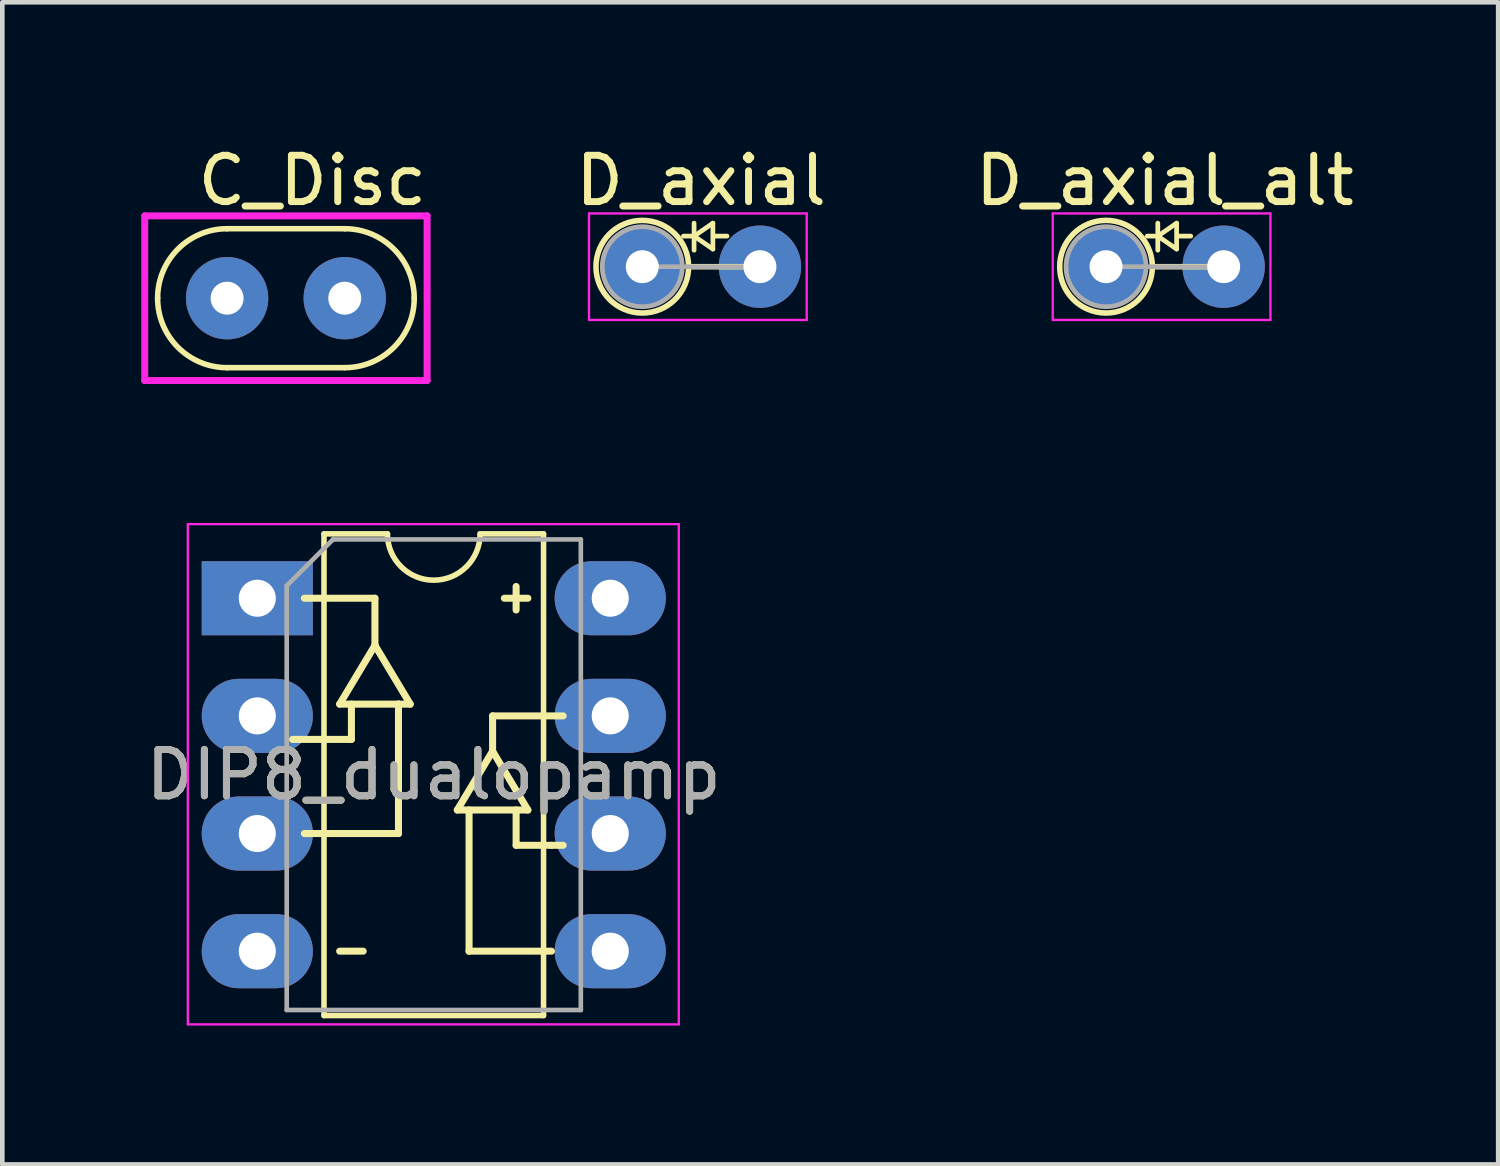
<source format=kicad_pcb>
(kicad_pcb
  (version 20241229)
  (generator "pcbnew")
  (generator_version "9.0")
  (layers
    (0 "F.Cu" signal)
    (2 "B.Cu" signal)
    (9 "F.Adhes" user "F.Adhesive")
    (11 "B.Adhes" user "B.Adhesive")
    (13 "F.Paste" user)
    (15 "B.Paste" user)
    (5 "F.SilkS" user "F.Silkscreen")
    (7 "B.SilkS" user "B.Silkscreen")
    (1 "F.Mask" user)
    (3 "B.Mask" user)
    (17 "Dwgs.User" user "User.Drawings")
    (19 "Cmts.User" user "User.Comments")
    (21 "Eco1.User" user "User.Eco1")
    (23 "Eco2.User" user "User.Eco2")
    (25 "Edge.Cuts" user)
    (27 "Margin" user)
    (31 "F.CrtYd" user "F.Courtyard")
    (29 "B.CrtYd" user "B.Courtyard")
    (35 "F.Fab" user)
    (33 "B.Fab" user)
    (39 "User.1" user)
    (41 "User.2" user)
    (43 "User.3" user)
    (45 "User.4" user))
  (footprint "D_axial_alt"
    (layer "F.Cu")
    (at 20.829 2.708)
    (property "Reference" "D_axial_alt" (at 1.27 -1.86 0) (layer "F.SilkS") (effects (font (size 1 1) (thickness 0.15))))
    (attr through_hole)
    (fp_line (start 0.889 -0.66) (end 1.118 -0.66) (stroke (width 0.102) (type solid)) (layer "F.SilkS"))
    (fp_line (start 1 0) (end 2.54 0) (stroke (width 0.12) (type solid)) (layer "F.SilkS"))
    (fp_line (start 1.118 -0.66) (end 1.524 -0.94) (stroke (width 0.102) (type solid)) (layer "F.SilkS"))
    (fp_line (start 1.118 -0.356) (end 1.118 -0.94) (stroke (width 0.102) (type solid)) (layer "F.SilkS"))
    (fp_line (start 1.524 -0.94) (end 1.524 -0.381) (stroke (width 0.102) (type solid)) (layer "F.SilkS"))
    (fp_line (start 1.524 -0.381) (end 1.118 -0.66) (stroke (width 0.102) (type solid)) (layer "F.SilkS"))
    (fp_line (start 1.549 -0.66) (end 1.829 -0.66) (stroke (width 0.102) (type solid)) (layer "F.SilkS"))
    (fp_circle (center 0 0) (end 1 0) (stroke (width 0.12) (type solid)) (fill no) (layer "F.SilkS"))
    (fp_line (start -1.15 -1.15) (end -1.15 1.15) (stroke (width 0.05) (type solid)) (layer "F.CrtYd"))
    (fp_line (start -1.15 1.15) (end 3.55 1.15) (stroke (width 0.05) (type solid)) (layer "F.CrtYd"))
    (fp_line (start 3.55 -1.15) (end -1.15 -1.15) (stroke (width 0.05) (type solid)) (layer "F.CrtYd"))
    (fp_line (start 3.55 1.15) (end 3.55 -1.15) (stroke (width 0.05) (type solid)) (layer "F.CrtYd"))
    (fp_line (start 0 0) (end 2.54 0) (stroke (width 0.1) (type solid)) (layer "F.Fab"))
    (fp_circle (center 0 0) (end 0.864 0) (stroke (width 0.102) (type solid)) (fill no) (layer "F.Fab"))
    (pad "1" thru_hole circle (at 2.54 0) (size 1.778 1.778) (drill 0.711) (layers "*.Cu" "*.Mask"))
    (pad "2" thru_hole circle (at 0 0) (size 1.778 1.778) (drill 0.711) (layers "*.Cu" "*.Mask")))
  (footprint "DIP8_dualopamp"
    (layer "F.Cu")
    (at 6.315 13.676)
    (property "Reference" "DIP8_dualopamp" (at 0 0 0) (layer "F.SilkS") (effects (font (size 1 1) (thickness 0.15))))
    (attr through_hole)
    (fp_line (start -2.794 1.27) (end -0.762 1.27) (stroke (width 0.152) (type solid)) (layer "F.SilkS"))
    (fp_line (start -2.37 -5.2) (end -2.37 5.2) (stroke (width 0.12) (type solid)) (layer "F.SilkS"))
    (fp_line (start -2.37 5.2) (end 2.37 5.2) (stroke (width 0.12) (type solid)) (layer "F.SilkS"))
    (fp_line (start -2.032 -1.524) (end -1.27 -2.794) (stroke (width 0.152) (type solid)) (layer "F.SilkS"))
    (fp_line (start -2.032 -1.524) (end -0.762 -1.524) (stroke (width 0.152) (type solid)) (layer "F.SilkS"))
    (fp_line (start -2.032 3.81) (end -1.524 3.81) (stroke (width 0.152) (type solid)) (layer "F.SilkS"))
    (fp_line (start -1.778 -1.524) (end -1.778 -0.762) (stroke (width 0.152) (type solid)) (layer "F.SilkS"))
    (fp_line (start -1.778 -0.762) (end -3.048 -0.762) (stroke (width 0.152) (type solid)) (layer "F.SilkS"))
    (fp_line (start -1.27 -3.81) (end -2.794 -3.81) (stroke (width 0.152) (type solid)) (layer "F.SilkS"))
    (fp_line (start -1.27 -2.794) (end -1.27 -3.81) (stroke (width 0.152) (type solid)) (layer "F.SilkS"))
    (fp_line (start -1 -5.2) (end -2.37 -5.2) (stroke (width 0.12) (type solid)) (layer "F.SilkS"))
    (fp_line (start -0.762 -1.524) (end -0.508 -1.524) (stroke (width 0.152) (type solid)) (layer "F.SilkS"))
    (fp_line (start -0.762 1.27) (end -0.762 -1.524) (stroke (width 0.152) (type solid)) (layer "F.SilkS"))
    (fp_line (start -0.508 -1.524) (end -1.27 -2.794) (stroke (width 0.152) (type solid)) (layer "F.SilkS"))
    (fp_line (start 0.508 0.762) (end 2.032 0.762) (stroke (width 0.152) (type solid)) (layer "F.SilkS"))
    (fp_line (start 0.762 3.81) (end 0.762 0.762) (stroke (width 0.152) (type solid)) (layer "F.SilkS"))
    (fp_line (start 1.27 -1.27) (end 1.27 -0.508) (stroke (width 0.152) (type solid)) (layer "F.SilkS"))
    (fp_line (start 1.27 -1.27) (end 2.794 -1.27) (stroke (width 0.152) (type solid)) (layer "F.SilkS"))
    (fp_line (start 1.27 -0.508) (end 0.508 0.762) (stroke (width 0.152) (type solid)) (layer "F.SilkS"))
    (fp_line (start 1.524 -3.81) (end 2.032 -3.81) (stroke (width 0.152) (type solid)) (layer "F.SilkS"))
    (fp_line (start 1.778 -4.064) (end 1.778 -3.556) (stroke (width 0.152) (type solid)) (layer "F.SilkS"))
    (fp_line (start 1.778 1.524) (end 1.778 0.762) (stroke (width 0.152) (type solid)) (layer "F.SilkS"))
    (fp_line (start 2.032 0.762) (end 1.27 -0.508) (stroke (width 0.152) (type solid)) (layer "F.SilkS"))
    (fp_line (start 2.37 -5.2) (end 1 -5.2) (stroke (width 0.12) (type solid)) (layer "F.SilkS"))
    (fp_line (start 2.37 5.2) (end 2.37 -5.2) (stroke (width 0.12) (type solid)) (layer "F.SilkS"))
    (fp_line (start 2.54 1.524) (end 1.778 1.524) (stroke (width 0.152) (type solid)) (layer "F.SilkS"))
    (fp_line (start 2.54 1.524) (end 2.794 1.524) (stroke (width 0.152) (type solid)) (layer "F.SilkS"))
    (fp_line (start 2.54 3.81) (end 0.762 3.81) (stroke (width 0.152) (type solid)) (layer "F.SilkS"))
    (fp_arc (start 1 -5.2) (mid 0 -4.2) (end -1 -5.2) (stroke (width 0.12) (type solid)) (layer "F.SilkS"))
    (fp_line (start -5.31 -5.41) (end -5.31 5.39) (stroke (width 0.05) (type solid)) (layer "F.CrtYd"))
    (fp_line (start -5.31 5.39) (end 5.29 5.39) (stroke (width 0.05) (type solid)) (layer "F.CrtYd"))
    (fp_line (start 5.29 -5.41) (end -5.31 -5.41) (stroke (width 0.05) (type solid)) (layer "F.CrtYd"))
    (fp_line (start 5.29 5.39) (end 5.29 -5.41) (stroke (width 0.05) (type solid)) (layer "F.CrtYd"))
    (fp_line (start -3.175 -4.08) (end -2.175 -5.08) (stroke (width 0.1) (type solid)) (layer "F.Fab"))
    (fp_line (start -3.175 5.08) (end -3.175 -4.08) (stroke (width 0.1) (type solid)) (layer "F.Fab"))
    (fp_line (start -2.175 -5.08) (end 3.175 -5.08) (stroke (width 0.1) (type solid)) (layer "F.Fab"))
    (fp_line (start 3.175 -5.08) (end 3.175 5.08) (stroke (width 0.1) (type solid)) (layer "F.Fab"))
    (fp_line (start 3.175 5.08) (end -3.175 5.08) (stroke (width 0.1) (type solid)) (layer "F.Fab"))
    (fp_text user "${REFERENCE}" (at 0 0 0) (layer "F.Fab") (effects (font (size 1 1) (thickness 0.15))))
    (pad "1" thru_hole rect (at -3.81 -3.81) (size 2.4 1.6) (drill 0.8) (layers "*.Cu" "*.Mask"))
    (pad "2" thru_hole oval (at -3.81 -1.27) (size 2.4 1.6) (drill 0.8) (layers "*.Cu" "*.Mask"))
    (pad "3" thru_hole oval (at -3.81 1.27) (size 2.4 1.6) (drill 0.8) (layers "*.Cu" "*.Mask"))
    (pad "4" thru_hole oval (at -3.81 3.81) (size 2.4 1.6) (drill 0.8) (layers "*.Cu" "*.Mask"))
    (pad "5" thru_hole oval (at 3.81 3.81) (size 2.4 1.6) (drill 0.8) (layers "*.Cu" "*.Mask"))
    (pad "6" thru_hole oval (at 3.81 1.27) (size 2.4 1.6) (drill 0.8) (layers "*.Cu" "*.Mask"))
    (pad "7" thru_hole oval (at 3.81 -1.27) (size 2.4 1.6) (drill 0.8) (layers "*.Cu" "*.Mask"))
    (pad "8" thru_hole oval (at 3.81 -3.81) (size 2.4 1.6) (drill 0.8) (layers "*.Cu" "*.Mask")))
  (footprint "C_Disc"
    (layer "F.Cu")
    (at 1.853 3.388)
    (property "Reference" "C_Disc" (at 1.841 -2.54 0) (layer "F.SilkS") (effects (font (size 1 1) (thickness 0.15))))
    (attr through_hole)
    (fp_line (start 0 -1.5) (end 2.54 -1.5) (stroke (width 0.12) (type solid)) (layer "F.SilkS"))
    (fp_line (start 0 1.5) (end 2.54 1.5) (stroke (width 0.12) (type solid)) (layer "F.SilkS"))
    (fp_arc (start -1.5 0) (mid -1.06066 -1.06066) (end 0 -1.5) (stroke (width 0.12) (type solid)) (layer "F.SilkS"))
    (fp_arc (start 0 1.5) (mid -1.06066 1.06066) (end -1.5 0) (stroke (width 0.12) (type solid)) (layer "F.SilkS"))
    (fp_arc (start 2.54 -1.5) (mid 3.60066 -1.06066) (end 4.04 0) (stroke (width 0.12) (type solid)) (layer "F.SilkS"))
    (fp_arc (start 4.04 0) (mid 3.60066 1.06066) (end 2.54 1.5) (stroke (width 0.12) (type solid)) (layer "F.SilkS"))
    (fp_line (start -1.778 -1.778) (end 4.318 -1.778) (stroke (width 0.15) (type solid)) (layer "F.CrtYd"))
    (fp_line (start -1.778 1.778) (end -1.778 -1.778) (stroke (width 0.15) (type solid)) (layer "F.CrtYd"))
    (fp_line (start 4.318 -1.778) (end 4.318 1.778) (stroke (width 0.15) (type solid)) (layer "F.CrtYd"))
    (fp_line (start 4.318 1.778) (end -1.778 1.778) (stroke (width 0.15) (type solid)) (layer "F.CrtYd"))
    (pad "1" thru_hole circle (at 0 0) (size 1.778 1.778) (drill 0.711) (layers "*.Cu" "*.Mask"))
    (pad "2" thru_hole circle (at 2.54 0) (size 1.778 1.778) (drill 0.711) (layers "*.Cu" "*.Mask")))
  (footprint "D_axial"
    (layer "F.Cu")
    (at 10.817 2.708)
    (property "Reference" "D_axial" (at 1.27 -1.86 0) (layer "F.SilkS") (effects (font (size 1 1) (thickness 0.15))))
    (attr through_hole)
    (fp_line (start 0.889 -0.66) (end 1.118 -0.66) (stroke (width 0.102) (type solid)) (layer "F.SilkS"))
    (fp_line (start 1 0) (end 2.54 0) (stroke (width 0.12) (type solid)) (layer "F.SilkS"))
    (fp_line (start 1.118 -0.66) (end 1.524 -0.94) (stroke (width 0.102) (type solid)) (layer "F.SilkS"))
    (fp_line (start 1.118 -0.356) (end 1.118 -0.94) (stroke (width 0.102) (type solid)) (layer "F.SilkS"))
    (fp_line (start 1.524 -0.94) (end 1.524 -0.381) (stroke (width 0.102) (type solid)) (layer "F.SilkS"))
    (fp_line (start 1.524 -0.381) (end 1.118 -0.66) (stroke (width 0.102) (type solid)) (layer "F.SilkS"))
    (fp_line (start 1.549 -0.66) (end 1.829 -0.66) (stroke (width 0.102) (type solid)) (layer "F.SilkS"))
    (fp_circle (center 0 0) (end 1 0) (stroke (width 0.12) (type solid)) (fill no) (layer "F.SilkS"))
    (fp_line (start -1.15 -1.15) (end -1.15 1.15) (stroke (width 0.05) (type solid)) (layer "F.CrtYd"))
    (fp_line (start -1.15 1.15) (end 3.55 1.15) (stroke (width 0.05) (type solid)) (layer "F.CrtYd"))
    (fp_line (start 3.55 -1.15) (end -1.15 -1.15) (stroke (width 0.05) (type solid)) (layer "F.CrtYd"))
    (fp_line (start 3.55 1.15) (end 3.55 -1.15) (stroke (width 0.05) (type solid)) (layer "F.CrtYd"))
    (fp_line (start 0 0) (end 2.54 0) (stroke (width 0.1) (type solid)) (layer "F.Fab"))
    (fp_circle (center 0 0) (end 0.864 0) (stroke (width 0.102) (type solid)) (fill no) (layer "F.Fab"))
    (pad "1" thru_hole circle (at 0 0) (size 1.778 1.778) (drill 0.711) (layers "*.Cu" "*.Mask"))
    (pad "2" thru_hole circle (at 2.54 0) (size 1.778 1.778) (drill 0.711) (layers "*.Cu" "*.Mask")))
  (gr_rect
    (start -3 -3)
    (end 29.296 22.091)
    (stroke (width 0.1) (type default))
    (fill no)
    (layer "Edge.Cuts")))
</source>
